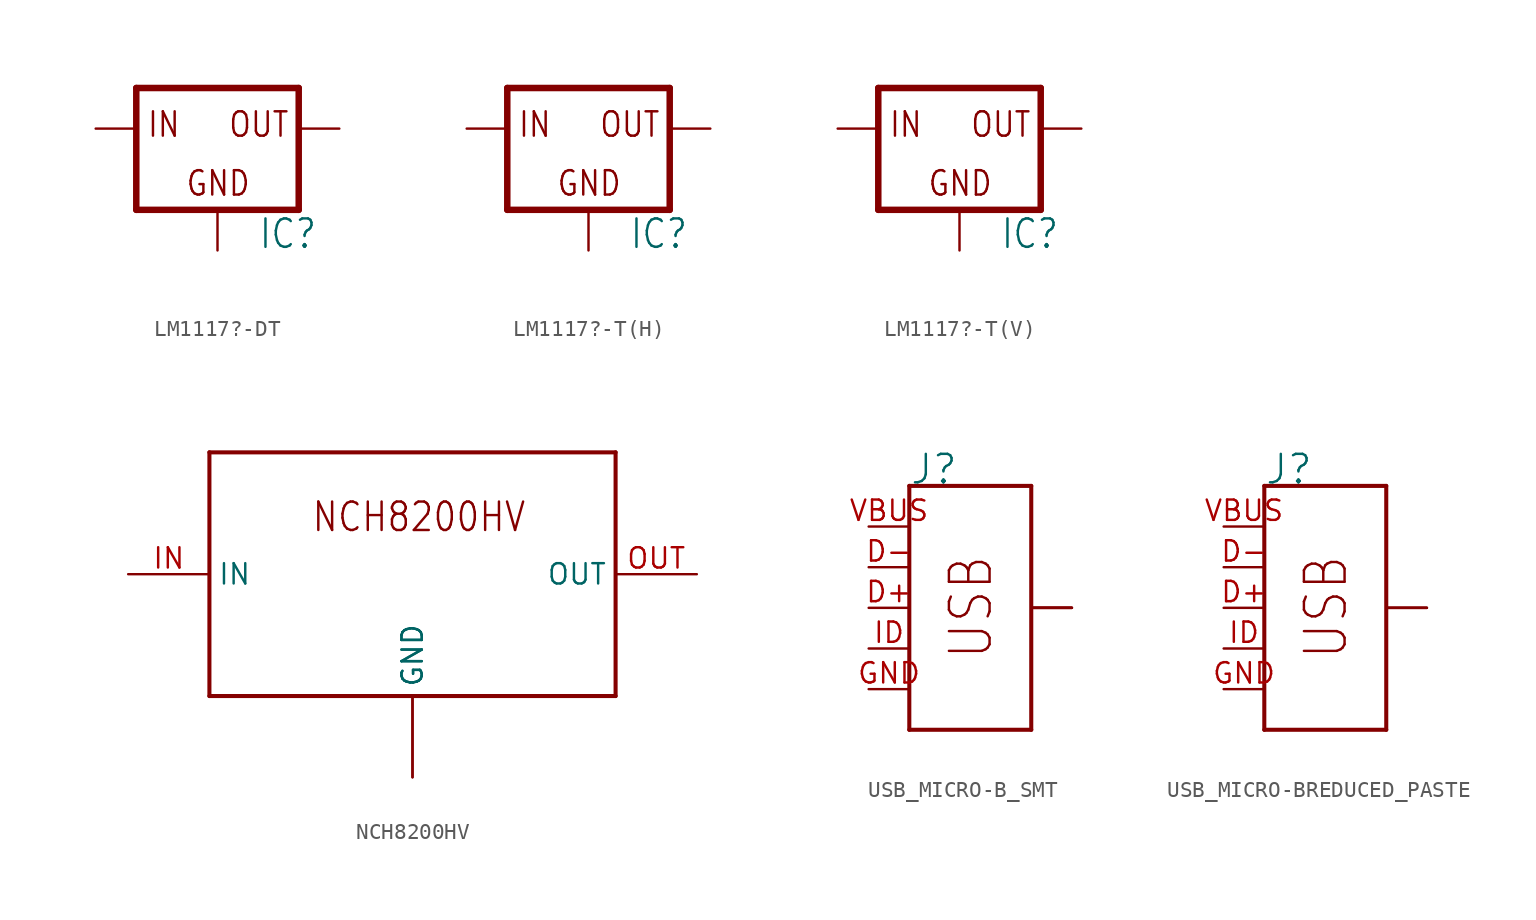
<source format=kicad_sym>
(kicad_symbol_lib
  (version 20231120)
  (generator "kicad_symbol_editor")
  (generator_version "8.0")
  (symbol "LM1117?-DT"
    (property "Reference" "IC"
      (at 2.54 -7.62 0)
      (effects (font (size 1.778 1.511)) (justify left bottom)))
    (property "Value" ""
      (at 2.54 -10.16 0)
      (effects (font (size 1.778 1.511)) (justify left bottom)))
    (property "ki_locked" ""
      (at 0 0 0)
      (effects (font (size 1.27 1.27))))
    (symbol "LM1117?-DT_1_0"
      (polyline (pts (xy -5.08 -5.08) (xy 5.08 -5.08)) (stroke (width 0.406) (type solid)) (fill (type none)))
      (polyline (pts (xy -5.08 2.54) (xy -5.08 -5.08)) (stroke (width 0.406) (type solid)) (fill (type none)))
      (polyline (pts (xy 5.08 -5.08) (xy 5.08 2.54)) (stroke (width 0.406) (type solid)) (fill (type none)))
      (polyline (pts (xy 5.08 2.54) (xy -5.08 2.54)) (stroke (width 0.406) (type solid)) (fill (type none)))
      (text "GND" (at -2.032 -4.318 0) (effects (font (size 1.524 1.295)) (justify left bottom)))
      (text "IN" (at -4.445 -0.635 0) (effects (font (size 1.524 1.295)) (justify left bottom)))
      (text "OUT" (at 0.635 -0.635 0) (effects (font (size 1.524 1.295)) (justify left bottom)))
      (pin input line (at 0 -7.62 90) (length 2.54) (name "GND" (effects (font (size 0 0)))) (number "1" (effects (font (size 0 0)))))
      (pin input line (at -7.62 0 0) (length 2.54) (name "IN" (effects (font (size 0 0)))) (number "2" (effects (font (size 0 0)))))
      (pin passive line (at 7.62 0 180) (length 2.54) (name "OUT" (effects (font (size 0 0)))) (number "3" (effects (font (size 0 0)))))))
  (symbol "LM1117?-T(H)"
    (property "Reference" "IC"
      (at 2.54 -7.62 0)
      (effects (font (size 1.778 1.511)) (justify left bottom)))
    (property "Value" ""
      (at 2.54 -10.16 0)
      (effects (font (size 1.778 1.511)) (justify left bottom)))
    (property "ki_locked" ""
      (at 0 0 0)
      (effects (font (size 1.27 1.27))))
    (symbol "LM1117?-T(H)_1_0"
      (polyline (pts (xy -5.08 -5.08) (xy 5.08 -5.08)) (stroke (width 0.406) (type solid)) (fill (type none)))
      (polyline (pts (xy -5.08 2.54) (xy -5.08 -5.08)) (stroke (width 0.406) (type solid)) (fill (type none)))
      (polyline (pts (xy 5.08 -5.08) (xy 5.08 2.54)) (stroke (width 0.406) (type solid)) (fill (type none)))
      (polyline (pts (xy 5.08 2.54) (xy -5.08 2.54)) (stroke (width 0.406) (type solid)) (fill (type none)))
      (text "GND" (at -2.032 -4.318 0) (effects (font (size 1.524 1.295)) (justify left bottom)))
      (text "IN" (at -4.445 -0.635 0) (effects (font (size 1.524 1.295)) (justify left bottom)))
      (text "OUT" (at 0.635 -0.635 0) (effects (font (size 1.524 1.295)) (justify left bottom)))
      (pin input line (at 0 -7.62 90) (length 2.54) (name "GND" (effects (font (size 0 0)))) (number "1" (effects (font (size 0 0)))))
      (pin passive line (at 7.62 0 180) (length 2.54) (name "OUT" (effects (font (size 0 0)))) (number "2" (effects (font (size 0 0)))))
      (pin input line (at -7.62 0 0) (length 2.54) (name "IN" (effects (font (size 0 0)))) (number "3" (effects (font (size 0 0)))))))
  (symbol "LM1117?-T(V)"
    (property "Reference" "IC"
      (at 2.54 -7.62 0)
      (effects (font (size 1.778 1.511)) (justify left bottom)))
    (property "Value" ""
      (at 2.54 -10.16 0)
      (effects (font (size 1.778 1.511)) (justify left bottom)))
    (property "ki_locked" ""
      (at 0 0 0)
      (effects (font (size 1.27 1.27))))
    (symbol "LM1117?-T(V)_1_0"
      (polyline (pts (xy -5.08 -5.08) (xy 5.08 -5.08)) (stroke (width 0.406) (type solid)) (fill (type none)))
      (polyline (pts (xy -5.08 2.54) (xy -5.08 -5.08)) (stroke (width 0.406) (type solid)) (fill (type none)))
      (polyline (pts (xy 5.08 -5.08) (xy 5.08 2.54)) (stroke (width 0.406) (type solid)) (fill (type none)))
      (polyline (pts (xy 5.08 2.54) (xy -5.08 2.54)) (stroke (width 0.406) (type solid)) (fill (type none)))
      (text "GND" (at -2.032 -4.318 0) (effects (font (size 1.524 1.295)) (justify left bottom)))
      (text "IN" (at -4.445 -0.635 0) (effects (font (size 1.524 1.295)) (justify left bottom)))
      (text "OUT" (at 0.635 -0.635 0) (effects (font (size 1.524 1.295)) (justify left bottom)))
      (pin input line (at 0 -7.62 90) (length 2.54) (name "GND" (effects (font (size 0 0)))) (number "1" (effects (font (size 0 0)))))
      (pin passive line (at 7.62 0 180) (length 2.54) (name "OUT" (effects (font (size 0 0)))) (number "2" (effects (font (size 0 0)))))
      (pin input line (at -7.62 0 0) (length 2.54) (name "IN" (effects (font (size 0 0)))) (number "3" (effects (font (size 0 0)))))))
  (symbol "NCH8200HV"
    (property "Reference" "1"
      (at 0 0 0)
      (effects (font (size 1.27 1.27)) (hide yes)))
    (property "ki_locked" ""
      (at 0 0 0)
      (effects (font (size 1.27 1.27))))
    (symbol "NCH8200HV_1_0"
      (polyline (pts (xy 0 0) (xy 25.4 0)) (stroke (width 0.254) (type solid)) (fill (type none)))
      (polyline (pts (xy 0 15.24) (xy 0 0)) (stroke (width 0.254) (type solid)) (fill (type none)))
      (polyline (pts (xy 25.4 0) (xy 25.4 15.24)) (stroke (width 0.254) (type solid)) (fill (type none)))
      (polyline (pts (xy 25.4 15.24) (xy 0 15.24)) (stroke (width 0.254) (type solid)) (fill (type none)))
      (text "NCH8200HV" (at 6.35 10.16 0) (effects (font (size 1.778 1.511)) (justify left bottom)))
      (pin bidirectional line (at 12.7 -5.08 90) (length 5.08) (name "GND" (effects (font (size 1.27 1.27)))) (number "GND@1" (effects (font (size 0 0)))))
      (pin bidirectional line (at 12.7 -5.08 90) (length 5.08) (name "GND" (effects (font (size 1.27 1.27)))) (number "GND@2" (effects (font (size 0 0)))))
      (pin bidirectional line (at -5.08 7.62 0) (length 5.08) (name "IN" (effects (font (size 1.27 1.27)))) (number "IN" (effects (font (size 1.27 1.27)))))
      (pin bidirectional line (at 30.48 7.62 180) (length 5.08) (name "OUT" (effects (font (size 1.27 1.27)))) (number "OUT" (effects (font (size 1.27 1.27)))))))
  (symbol "USB_MICRO-B_SMT"
    (property "Reference" "J"
      (at -2.54 7.62 0)
      (effects (font (size 1.778 1.778)) (justify left bottom)))
    (property "Value" ""
      (at -2.54 -7.874 0)
      (effects (font (size 1.778 1.778)) (justify left top)))
    (property "ki_locked" ""
      (at 0 0 0)
      (effects (font (size 1.27 1.27))))
    (symbol "USB_MICRO-B_SMT_1_0"
      (polyline (pts (xy -2.54 -7.62) (xy 5.08 -7.62)) (stroke (width 0.254) (type solid)) (fill (type none)))
      (polyline (pts (xy -2.54 7.62) (xy -2.54 -7.62)) (stroke (width 0.254) (type solid)) (fill (type none)))
      (polyline (pts (xy 5.08 7.62) (xy -2.54 7.62)) (stroke (width 0.254) (type solid)) (fill (type none)))
      (polyline (pts (xy 5.08 7.62) (xy 5.08 -7.62)) (stroke (width 0.254) (type solid)) (fill (type none)))
      (text "USB" (at 2.794 -3.302 900) (effects (font (size 2.54 2.159)) (justify left bottom)))
      (pin bidirectional line (at -5.08 0 0) (length 2.54) (name "D+" (effects (font (size 0 0)))) (number "D+" (effects (font (size 1.27 1.27)))))
      (pin bidirectional line (at -5.08 2.54 0) (length 2.54) (name "D-" (effects (font (size 0 0)))) (number "D-" (effects (font (size 1.27 1.27)))))
      (pin power_in line (at -5.08 -5.08 0) (length 2.54) (name "GND" (effects (font (size 0 0)))) (number "GND" (effects (font (size 1.27 1.27)))))
      (pin bidirectional line (at -5.08 -2.54 0) (length 2.54) (name "ID" (effects (font (size 0 0)))) (number "ID" (effects (font (size 1.27 1.27)))))
      (pin bidirectional line (at 7.62 0 180) (length 2.54) (name "SHIELD" (effects (font (size 0 0)))) (number "MT1" (effects (font (size 0 0)))))
      (pin bidirectional line (at 7.62 0 180) (length 2.54) (name "SHIELD" (effects (font (size 0 0)))) (number "MT2" (effects (font (size 0 0)))))
      (pin bidirectional line (at 7.62 0 180) (length 2.54) (name "SHIELD" (effects (font (size 0 0)))) (number "P$1" (effects (font (size 0 0)))))
      (pin bidirectional line (at 7.62 0 180) (length 2.54) (name "SHIELD" (effects (font (size 0 0)))) (number "P$2" (effects (font (size 0 0)))))
      (pin power_in line (at -5.08 5.08 0) (length 2.54) (name "VBUS" (effects (font (size 0 0)))) (number "VBUS" (effects (font (size 1.27 1.27)))))))
  (symbol "USB_MICRO-BREDUCED_PASTE"
    (property "Reference" "J"
      (at -2.54 7.62 0)
      (effects (font (size 1.778 1.778)) (justify left bottom)))
    (property "Value" ""
      (at -2.54 -7.874 0)
      (effects (font (size 1.778 1.778)) (justify left top)))
    (property "ki_locked" ""
      (at 0 0 0)
      (effects (font (size 1.27 1.27))))
    (symbol "USB_MICRO-BREDUCED_PASTE_1_0"
      (polyline (pts (xy -2.54 -7.62) (xy 5.08 -7.62)) (stroke (width 0.254) (type solid)) (fill (type none)))
      (polyline (pts (xy -2.54 7.62) (xy -2.54 -7.62)) (stroke (width 0.254) (type solid)) (fill (type none)))
      (polyline (pts (xy 5.08 7.62) (xy -2.54 7.62)) (stroke (width 0.254) (type solid)) (fill (type none)))
      (polyline (pts (xy 5.08 7.62) (xy 5.08 -7.62)) (stroke (width 0.254) (type solid)) (fill (type none)))
      (text "USB" (at 2.794 -3.302 900) (effects (font (size 2.54 2.159)) (justify left bottom)))
      (pin bidirectional line (at -5.08 0 0) (length 2.54) (name "D+" (effects (font (size 0 0)))) (number "D+" (effects (font (size 1.27 1.27)))))
      (pin bidirectional line (at -5.08 2.54 0) (length 2.54) (name "D-" (effects (font (size 0 0)))) (number "D-" (effects (font (size 1.27 1.27)))))
      (pin power_in line (at -5.08 -5.08 0) (length 2.54) (name "GND" (effects (font (size 0 0)))) (number "GND" (effects (font (size 1.27 1.27)))))
      (pin bidirectional line (at -5.08 -2.54 0) (length 2.54) (name "ID" (effects (font (size 0 0)))) (number "ID" (effects (font (size 1.27 1.27)))))
      (pin bidirectional line (at 7.62 0 180) (length 2.54) (name "SHIELD" (effects (font (size 0 0)))) (number "SHIELD1" (effects (font (size 0 0)))))
      (pin bidirectional line (at 7.62 0 180) (length 2.54) (name "SHIELD" (effects (font (size 0 0)))) (number "SHIELD2" (effects (font (size 0 0)))))
      (pin bidirectional line (at 7.62 0 180) (length 2.54) (name "SHIELD" (effects (font (size 0 0)))) (number "SHIELD3" (effects (font (size 0 0)))))
      (pin power_in line (at -5.08 5.08 0) (length 2.54) (name "VBUS" (effects (font (size 0 0)))) (number "VBUS" (effects (font (size 1.27 1.27))))))))
</source>
